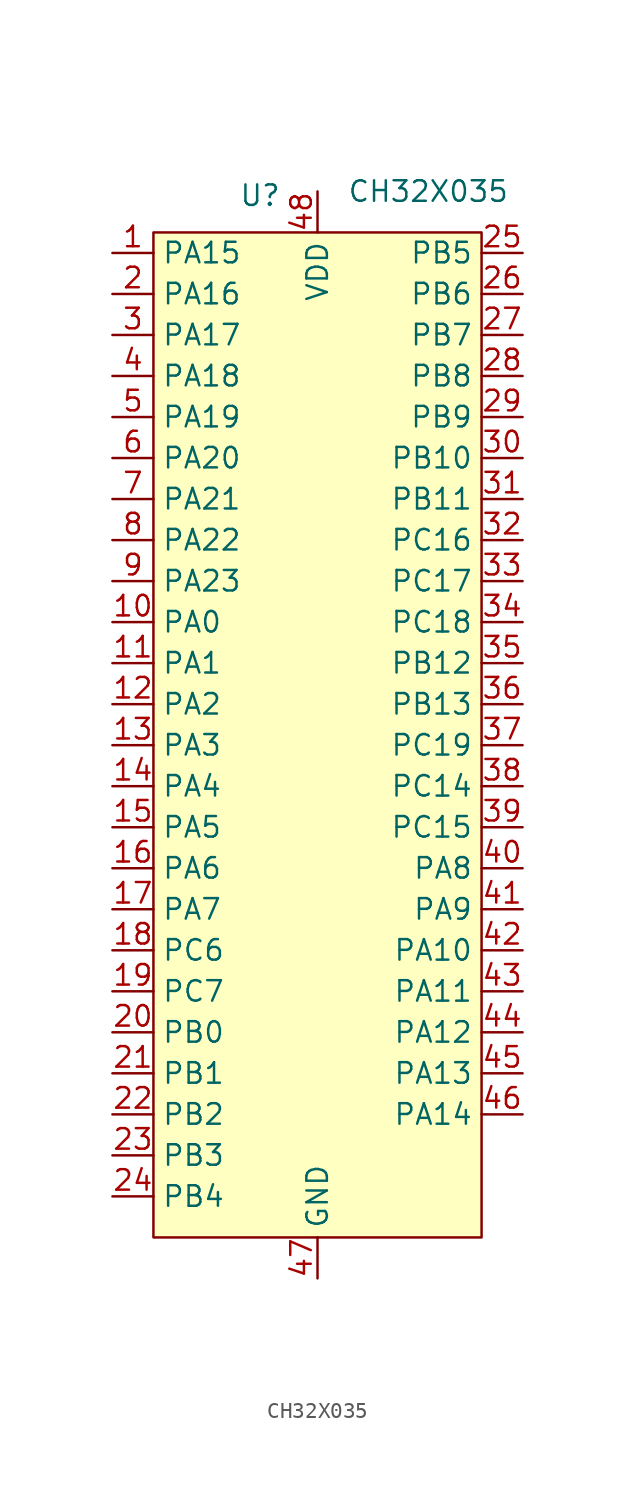
<source format=kicad_sym>
(kicad_symbol_lib
  (version 20231120)
  (generator "kicad_symbol_editor")
  (generator_version "8.0")
  (symbol "CH32X035"
    (property "Reference" "U"
      (at -3.556 6.096 0)
      (effects (font (size 1.27 1.27))))
    (property "Value" "CH32X035"
      (at 6.858 6.35 0)
      (effects (font (size 1.27 1.27))))
    (symbol "CH32X035_1_1"
      (rectangle (start -10.16 3.81) (end 10.16 -58.42) (stroke (width 0) (type default)) (fill (type background)))
      (pin tri_state line (at -12.7 2.54 0) (length 2.54) (name "PA15" (effects (font (size 1.27 1.27)))) (number "1" (effects (font (size 1.27 1.27)))))
      (pin tri_state line (at -12.7 -20.32 0) (length 2.54) (name "PA0" (effects (font (size 1.27 1.27)))) (number "10" (effects (font (size 1.27 1.27)))))
      (pin tri_state line (at -12.7 -22.86 0) (length 2.54) (name "PA1" (effects (font (size 1.27 1.27)))) (number "11" (effects (font (size 1.27 1.27)))))
      (pin tri_state line (at -12.7 -25.4 0) (length 2.54) (name "PA2" (effects (font (size 1.27 1.27)))) (number "12" (effects (font (size 1.27 1.27)))))
      (pin tri_state line (at -12.7 -27.94 0) (length 2.54) (name "PA3" (effects (font (size 1.27 1.27)))) (number "13" (effects (font (size 1.27 1.27)))))
      (pin tri_state line (at -12.7 -30.48 0) (length 2.54) (name "PA4" (effects (font (size 1.27 1.27)))) (number "14" (effects (font (size 1.27 1.27)))))
      (pin tri_state line (at -12.7 -33.02 0) (length 2.54) (name "PA5" (effects (font (size 1.27 1.27)))) (number "15" (effects (font (size 1.27 1.27)))))
      (pin tri_state line (at -12.7 -35.56 0) (length 2.54) (name "PA6" (effects (font (size 1.27 1.27)))) (number "16" (effects (font (size 1.27 1.27)))))
      (pin tri_state line (at -12.7 -38.1 0) (length 2.54) (name "PA7" (effects (font (size 1.27 1.27)))) (number "17" (effects (font (size 1.27 1.27)))))
      (pin tri_state line (at -12.7 -40.64 0) (length 2.54) (name "PC6" (effects (font (size 1.27 1.27)))) (number "18" (effects (font (size 1.27 1.27)))))
      (pin tri_state line (at -12.7 -43.18 0) (length 2.54) (name "PC7" (effects (font (size 1.27 1.27)))) (number "19" (effects (font (size 1.27 1.27)))))
      (pin tri_state line (at -12.7 0 0) (length 2.54) (name "PA16" (effects (font (size 1.27 1.27)))) (number "2" (effects (font (size 1.27 1.27)))))
      (pin tri_state line (at -12.7 -45.72 0) (length 2.54) (name "PB0" (effects (font (size 1.27 1.27)))) (number "20" (effects (font (size 1.27 1.27)))))
      (pin tri_state line (at -12.7 -48.26 0) (length 2.54) (name "PB1" (effects (font (size 1.27 1.27)))) (number "21" (effects (font (size 1.27 1.27)))))
      (pin tri_state line (at -12.7 -50.8 0) (length 2.54) (name "PB2" (effects (font (size 1.27 1.27)))) (number "22" (effects (font (size 1.27 1.27)))))
      (pin tri_state line (at -12.7 -53.34 0) (length 2.54) (name "PB3" (effects (font (size 1.27 1.27)))) (number "23" (effects (font (size 1.27 1.27)))))
      (pin tri_state line (at -12.7 -55.88 0) (length 2.54) (name "PB4" (effects (font (size 1.27 1.27)))) (number "24" (effects (font (size 1.27 1.27)))))
      (pin tri_state line (at 12.7 2.54 180) (length 2.54) (name "PB5" (effects (font (size 1.27 1.27)))) (number "25" (effects (font (size 1.27 1.27)))))
      (pin tri_state line (at 12.7 0 180) (length 2.54) (name "PB6" (effects (font (size 1.27 1.27)))) (number "26" (effects (font (size 1.27 1.27)))))
      (pin tri_state line (at 12.7 -2.54 180) (length 2.54) (name "PB7" (effects (font (size 1.27 1.27)))) (number "27" (effects (font (size 1.27 1.27)))))
      (pin tri_state line (at 12.7 -5.08 180) (length 2.54) (name "PB8" (effects (font (size 1.27 1.27)))) (number "28" (effects (font (size 1.27 1.27)))))
      (pin tri_state line (at 12.7 -7.62 180) (length 2.54) (name "PB9" (effects (font (size 1.27 1.27)))) (number "29" (effects (font (size 1.27 1.27)))))
      (pin tri_state line (at -12.7 -2.54 0) (length 2.54) (name "PA17" (effects (font (size 1.27 1.27)))) (number "3" (effects (font (size 1.27 1.27)))))
      (pin tri_state line (at 12.7 -10.16 180) (length 2.54) (name "PB10" (effects (font (size 1.27 1.27)))) (number "30" (effects (font (size 1.27 1.27)))))
      (pin tri_state line (at 12.7 -12.7 180) (length 2.54) (name "PB11" (effects (font (size 1.27 1.27)))) (number "31" (effects (font (size 1.27 1.27)))))
      (pin tri_state line (at 12.7 -15.24 180) (length 2.54) (name "PC16" (effects (font (size 1.27 1.27)))) (number "32" (effects (font (size 1.27 1.27)))))
      (pin tri_state line (at 12.7 -17.78 180) (length 2.54) (name "PC17" (effects (font (size 1.27 1.27)))) (number "33" (effects (font (size 1.27 1.27)))))
      (pin tri_state line (at 12.7 -20.32 180) (length 2.54) (name "PC18" (effects (font (size 1.27 1.27)))) (number "34" (effects (font (size 1.27 1.27)))))
      (pin tri_state line (at 12.7 -22.86 180) (length 2.54) (name "PB12" (effects (font (size 1.27 1.27)))) (number "35" (effects (font (size 1.27 1.27)))))
      (pin tri_state line (at 12.7 -25.4 180) (length 2.54) (name "PB13" (effects (font (size 1.27 1.27)))) (number "36" (effects (font (size 1.27 1.27)))))
      (pin tri_state line (at 12.7 -27.94 180) (length 2.54) (name "PC19" (effects (font (size 1.27 1.27)))) (number "37" (effects (font (size 1.27 1.27)))))
      (pin tri_state line (at 12.7 -30.48 180) (length 2.54) (name "PC14" (effects (font (size 1.27 1.27)))) (number "38" (effects (font (size 1.27 1.27)))))
      (pin tri_state line (at 12.7 -33.02 180) (length 2.54) (name "PC15" (effects (font (size 1.27 1.27)))) (number "39" (effects (font (size 1.27 1.27)))))
      (pin tri_state line (at -12.7 -5.08 0) (length 2.54) (name "PA18" (effects (font (size 1.27 1.27)))) (number "4" (effects (font (size 1.27 1.27)))))
      (pin tri_state line (at 12.7 -35.56 180) (length 2.54) (name "PA8" (effects (font (size 1.27 1.27)))) (number "40" (effects (font (size 1.27 1.27)))))
      (pin tri_state line (at 12.7 -38.1 180) (length 2.54) (name "PA9" (effects (font (size 1.27 1.27)))) (number "41" (effects (font (size 1.27 1.27)))))
      (pin tri_state line (at 12.7 -40.64 180) (length 2.54) (name "PA10" (effects (font (size 1.27 1.27)))) (number "42" (effects (font (size 1.27 1.27)))))
      (pin tri_state line (at 12.7 -43.18 180) (length 2.54) (name "PA11" (effects (font (size 1.27 1.27)))) (number "43" (effects (font (size 1.27 1.27)))))
      (pin tri_state line (at 12.7 -45.72 180) (length 2.54) (name "PA12" (effects (font (size 1.27 1.27)))) (number "44" (effects (font (size 1.27 1.27)))))
      (pin tri_state line (at 12.7 -48.26 180) (length 2.54) (name "PA13" (effects (font (size 1.27 1.27)))) (number "45" (effects (font (size 1.27 1.27)))))
      (pin tri_state line (at 12.7 -50.8 180) (length 2.54) (name "PA14" (effects (font (size 1.27 1.27)))) (number "46" (effects (font (size 1.27 1.27)))))
      (pin power_in line (at 0 -60.96 90) (length 2.54) (name "GND" (effects (font (size 1.27 1.27)))) (number "47" (effects (font (size 1.27 1.27)))))
      (pin power_in line (at 0 6.35 270) (length 2.54) (name "VDD" (effects (font (size 1.27 1.27)))) (number "48" (effects (font (size 1.27 1.27)))))
      (pin tri_state line (at -12.7 -7.62 0) (length 2.54) (name "PA19" (effects (font (size 1.27 1.27)))) (number "5" (effects (font (size 1.27 1.27)))))
      (pin tri_state line (at -12.7 -10.16 0) (length 2.54) (name "PA20" (effects (font (size 1.27 1.27)))) (number "6" (effects (font (size 1.27 1.27)))))
      (pin tri_state line (at -12.7 -12.7 0) (length 2.54) (name "PA21" (effects (font (size 1.27 1.27)))) (number "7" (effects (font (size 1.27 1.27)))))
      (pin tri_state line (at -12.7 -15.24 0) (length 2.54) (name "PA22" (effects (font (size 1.27 1.27)))) (number "8" (effects (font (size 1.27 1.27)))))
      (pin tri_state line (at -12.7 -17.78 0) (length 2.54) (name "PA23" (effects (font (size 1.27 1.27)))) (number "9" (effects (font (size 1.27 1.27))))))))
</source>
